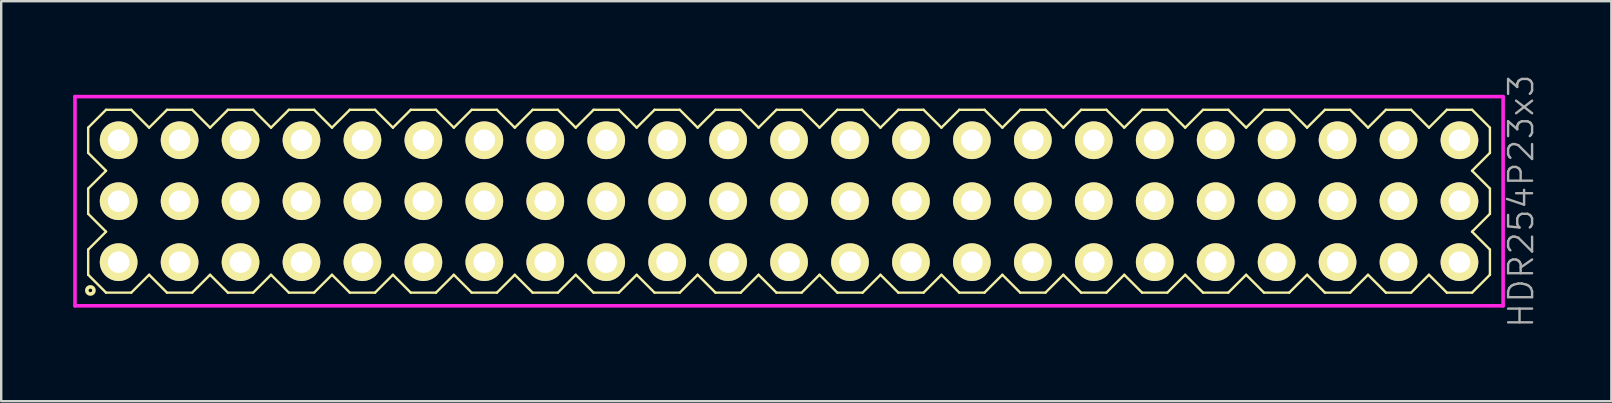
<source format=kicad_pcb>
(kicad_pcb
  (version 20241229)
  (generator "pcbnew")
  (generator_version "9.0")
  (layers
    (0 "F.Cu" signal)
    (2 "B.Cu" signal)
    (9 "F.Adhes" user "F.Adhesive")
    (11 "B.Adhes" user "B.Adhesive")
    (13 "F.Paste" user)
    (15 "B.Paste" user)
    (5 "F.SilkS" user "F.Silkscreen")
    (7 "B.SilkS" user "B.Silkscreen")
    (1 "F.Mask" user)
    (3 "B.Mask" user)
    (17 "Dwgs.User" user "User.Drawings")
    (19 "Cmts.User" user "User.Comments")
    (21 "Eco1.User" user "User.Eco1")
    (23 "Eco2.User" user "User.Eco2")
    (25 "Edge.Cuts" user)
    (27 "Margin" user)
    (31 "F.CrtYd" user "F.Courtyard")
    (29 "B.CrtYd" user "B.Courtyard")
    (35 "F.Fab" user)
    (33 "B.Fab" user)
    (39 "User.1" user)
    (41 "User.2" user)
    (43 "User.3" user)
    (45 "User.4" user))
  (footprint "HDR254P23x3"
    (layer "F.Cu")
    (at 29.835 5.336)
    (property "Reference" "HDR254P23x3" (at 30.51 0 90) (layer "F.Fab") (effects (font (size 1 1) (thickness 0.1))))
    (attr through_hole)
    (fp_line (start -29.21 -3.066) (end -28.466 -3.81) (stroke (width 0.1) (type solid)) (layer "F.SilkS"))
    (fp_line (start -29.21 -2.014) (end -29.21 -3.066) (stroke (width 0.1) (type solid)) (layer "F.SilkS"))
    (fp_line (start -29.21 -0.526) (end -28.466 -1.27) (stroke (width 0.1) (type solid)) (layer "F.SilkS"))
    (fp_line (start -29.21 0.526) (end -29.21 -0.526) (stroke (width 0.1) (type solid)) (layer "F.SilkS"))
    (fp_line (start -29.21 2.014) (end -28.466 1.27) (stroke (width 0.1) (type solid)) (layer "F.SilkS"))
    (fp_line (start -29.21 3.066) (end -29.21 2.014) (stroke (width 0.1) (type solid)) (layer "F.SilkS"))
    (fp_line (start -28.466 -3.81) (end -27.414 -3.81) (stroke (width 0.1) (type solid)) (layer "F.SilkS"))
    (fp_line (start -28.466 -1.27) (end -29.21 -2.014) (stroke (width 0.1) (type solid)) (layer "F.SilkS"))
    (fp_line (start -28.466 1.27) (end -29.21 0.526) (stroke (width 0.1) (type solid)) (layer "F.SilkS"))
    (fp_line (start -28.466 3.81) (end -29.21 3.066) (stroke (width 0.1) (type solid)) (layer "F.SilkS"))
    (fp_line (start -27.414 -3.81) (end -26.67 -3.066) (stroke (width 0.1) (type solid)) (layer "F.SilkS"))
    (fp_line (start -27.414 3.81) (end -28.466 3.81) (stroke (width 0.1) (type solid)) (layer "F.SilkS"))
    (fp_line (start -26.67 -3.066) (end -25.926 -3.81) (stroke (width 0.1) (type solid)) (layer "F.SilkS"))
    (fp_line (start -26.67 3.066) (end -27.414 3.81) (stroke (width 0.1) (type solid)) (layer "F.SilkS"))
    (fp_line (start -25.926 -3.81) (end -24.874 -3.81) (stroke (width 0.1) (type solid)) (layer "F.SilkS"))
    (fp_line (start -25.926 3.81) (end -26.67 3.066) (stroke (width 0.1) (type solid)) (layer "F.SilkS"))
    (fp_line (start -24.874 -3.81) (end -24.13 -3.066) (stroke (width 0.1) (type solid)) (layer "F.SilkS"))
    (fp_line (start -24.874 3.81) (end -25.926 3.81) (stroke (width 0.1) (type solid)) (layer "F.SilkS"))
    (fp_line (start -24.13 -3.066) (end -23.386 -3.81) (stroke (width 0.1) (type solid)) (layer "F.SilkS"))
    (fp_line (start -24.13 3.066) (end -24.874 3.81) (stroke (width 0.1) (type solid)) (layer "F.SilkS"))
    (fp_line (start -23.386 -3.81) (end -22.334 -3.81) (stroke (width 0.1) (type solid)) (layer "F.SilkS"))
    (fp_line (start -23.386 3.81) (end -24.13 3.066) (stroke (width 0.1) (type solid)) (layer "F.SilkS"))
    (fp_line (start -22.334 -3.81) (end -21.59 -3.066) (stroke (width 0.1) (type solid)) (layer "F.SilkS"))
    (fp_line (start -22.334 3.81) (end -23.386 3.81) (stroke (width 0.1) (type solid)) (layer "F.SilkS"))
    (fp_line (start -21.59 -3.066) (end -20.846 -3.81) (stroke (width 0.1) (type solid)) (layer "F.SilkS"))
    (fp_line (start -21.59 3.066) (end -22.334 3.81) (stroke (width 0.1) (type solid)) (layer "F.SilkS"))
    (fp_line (start -20.846 -3.81) (end -19.794 -3.81) (stroke (width 0.1) (type solid)) (layer "F.SilkS"))
    (fp_line (start -20.846 3.81) (end -21.59 3.066) (stroke (width 0.1) (type solid)) (layer "F.SilkS"))
    (fp_line (start -19.794 -3.81) (end -19.05 -3.066) (stroke (width 0.1) (type solid)) (layer "F.SilkS"))
    (fp_line (start -19.794 3.81) (end -20.846 3.81) (stroke (width 0.1) (type solid)) (layer "F.SilkS"))
    (fp_line (start -19.05 -3.066) (end -18.306 -3.81) (stroke (width 0.1) (type solid)) (layer "F.SilkS"))
    (fp_line (start -19.05 3.066) (end -19.794 3.81) (stroke (width 0.1) (type solid)) (layer "F.SilkS"))
    (fp_line (start -18.306 -3.81) (end -17.254 -3.81) (stroke (width 0.1) (type solid)) (layer "F.SilkS"))
    (fp_line (start -18.306 3.81) (end -19.05 3.066) (stroke (width 0.1) (type solid)) (layer "F.SilkS"))
    (fp_line (start -17.254 -3.81) (end -16.51 -3.066) (stroke (width 0.1) (type solid)) (layer "F.SilkS"))
    (fp_line (start -17.254 3.81) (end -18.306 3.81) (stroke (width 0.1) (type solid)) (layer "F.SilkS"))
    (fp_line (start -16.51 -3.066) (end -15.766 -3.81) (stroke (width 0.1) (type solid)) (layer "F.SilkS"))
    (fp_line (start -16.51 3.066) (end -17.254 3.81) (stroke (width 0.1) (type solid)) (layer "F.SilkS"))
    (fp_line (start -15.766 -3.81) (end -14.714 -3.81) (stroke (width 0.1) (type solid)) (layer "F.SilkS"))
    (fp_line (start -15.766 3.81) (end -16.51 3.066) (stroke (width 0.1) (type solid)) (layer "F.SilkS"))
    (fp_line (start -14.714 -3.81) (end -13.97 -3.066) (stroke (width 0.1) (type solid)) (layer "F.SilkS"))
    (fp_line (start -14.714 3.81) (end -15.766 3.81) (stroke (width 0.1) (type solid)) (layer "F.SilkS"))
    (fp_line (start -13.97 -3.066) (end -13.226 -3.81) (stroke (width 0.1) (type solid)) (layer "F.SilkS"))
    (fp_line (start -13.97 3.066) (end -14.714 3.81) (stroke (width 0.1) (type solid)) (layer "F.SilkS"))
    (fp_line (start -13.226 -3.81) (end -12.174 -3.81) (stroke (width 0.1) (type solid)) (layer "F.SilkS"))
    (fp_line (start -13.226 3.81) (end -13.97 3.066) (stroke (width 0.1) (type solid)) (layer "F.SilkS"))
    (fp_line (start -12.174 -3.81) (end -11.43 -3.066) (stroke (width 0.1) (type solid)) (layer "F.SilkS"))
    (fp_line (start -12.174 3.81) (end -13.226 3.81) (stroke (width 0.1) (type solid)) (layer "F.SilkS"))
    (fp_line (start -11.43 -3.066) (end -10.686 -3.81) (stroke (width 0.1) (type solid)) (layer "F.SilkS"))
    (fp_line (start -11.43 3.066) (end -12.174 3.81) (stroke (width 0.1) (type solid)) (layer "F.SilkS"))
    (fp_line (start -10.686 -3.81) (end -9.634 -3.81) (stroke (width 0.1) (type solid)) (layer "F.SilkS"))
    (fp_line (start -10.686 3.81) (end -11.43 3.066) (stroke (width 0.1) (type solid)) (layer "F.SilkS"))
    (fp_line (start -9.634 -3.81) (end -8.89 -3.066) (stroke (width 0.1) (type solid)) (layer "F.SilkS"))
    (fp_line (start -9.634 3.81) (end -10.686 3.81) (stroke (width 0.1) (type solid)) (layer "F.SilkS"))
    (fp_line (start -8.89 -3.066) (end -8.146 -3.81) (stroke (width 0.1) (type solid)) (layer "F.SilkS"))
    (fp_line (start -8.89 3.066) (end -9.634 3.81) (stroke (width 0.1) (type solid)) (layer "F.SilkS"))
    (fp_line (start -8.146 -3.81) (end -7.094 -3.81) (stroke (width 0.1) (type solid)) (layer "F.SilkS"))
    (fp_line (start -8.146 3.81) (end -8.89 3.066) (stroke (width 0.1) (type solid)) (layer "F.SilkS"))
    (fp_line (start -7.094 -3.81) (end -6.35 -3.066) (stroke (width 0.1) (type solid)) (layer "F.SilkS"))
    (fp_line (start -7.094 3.81) (end -8.146 3.81) (stroke (width 0.1) (type solid)) (layer "F.SilkS"))
    (fp_line (start -6.35 -3.066) (end -5.606 -3.81) (stroke (width 0.1) (type solid)) (layer "F.SilkS"))
    (fp_line (start -6.35 3.066) (end -7.094 3.81) (stroke (width 0.1) (type solid)) (layer "F.SilkS"))
    (fp_line (start -5.606 -3.81) (end -4.554 -3.81) (stroke (width 0.1) (type solid)) (layer "F.SilkS"))
    (fp_line (start -5.606 3.81) (end -6.35 3.066) (stroke (width 0.1) (type solid)) (layer "F.SilkS"))
    (fp_line (start -4.554 -3.81) (end -3.81 -3.066) (stroke (width 0.1) (type solid)) (layer "F.SilkS"))
    (fp_line (start -4.554 3.81) (end -5.606 3.81) (stroke (width 0.1) (type solid)) (layer "F.SilkS"))
    (fp_line (start -3.81 -3.066) (end -3.066 -3.81) (stroke (width 0.1) (type solid)) (layer "F.SilkS"))
    (fp_line (start -3.81 3.066) (end -4.554 3.81) (stroke (width 0.1) (type solid)) (layer "F.SilkS"))
    (fp_line (start -3.066 -3.81) (end -2.014 -3.81) (stroke (width 0.1) (type solid)) (layer "F.SilkS"))
    (fp_line (start -3.066 3.81) (end -3.81 3.066) (stroke (width 0.1) (type solid)) (layer "F.SilkS"))
    (fp_line (start -2.014 -3.81) (end -1.27 -3.066) (stroke (width 0.1) (type solid)) (layer "F.SilkS"))
    (fp_line (start -2.014 3.81) (end -3.066 3.81) (stroke (width 0.1) (type solid)) (layer "F.SilkS"))
    (fp_line (start -1.27 -3.066) (end -0.526 -3.81) (stroke (width 0.1) (type solid)) (layer "F.SilkS"))
    (fp_line (start -1.27 3.066) (end -2.014 3.81) (stroke (width 0.1) (type solid)) (layer "F.SilkS"))
    (fp_line (start -0.526 -3.81) (end 0.526 -3.81) (stroke (width 0.1) (type solid)) (layer "F.SilkS"))
    (fp_line (start -0.526 3.81) (end -1.27 3.066) (stroke (width 0.1) (type solid)) (layer "F.SilkS"))
    (fp_line (start 0.526 -3.81) (end 1.27 -3.066) (stroke (width 0.1) (type solid)) (layer "F.SilkS"))
    (fp_line (start 0.526 3.81) (end -0.526 3.81) (stroke (width 0.1) (type solid)) (layer "F.SilkS"))
    (fp_line (start 1.27 -3.066) (end 2.014 -3.81) (stroke (width 0.1) (type solid)) (layer "F.SilkS"))
    (fp_line (start 1.27 3.066) (end 0.526 3.81) (stroke (width 0.1) (type solid)) (layer "F.SilkS"))
    (fp_line (start 2.014 -3.81) (end 3.066 -3.81) (stroke (width 0.1) (type solid)) (layer "F.SilkS"))
    (fp_line (start 2.014 3.81) (end 1.27 3.066) (stroke (width 0.1) (type solid)) (layer "F.SilkS"))
    (fp_line (start 3.066 -3.81) (end 3.81 -3.066) (stroke (width 0.1) (type solid)) (layer "F.SilkS"))
    (fp_line (start 3.066 3.81) (end 2.014 3.81) (stroke (width 0.1) (type solid)) (layer "F.SilkS"))
    (fp_line (start 3.81 -3.066) (end 4.554 -3.81) (stroke (width 0.1) (type solid)) (layer "F.SilkS"))
    (fp_line (start 3.81 3.066) (end 3.066 3.81) (stroke (width 0.1) (type solid)) (layer "F.SilkS"))
    (fp_line (start 4.554 -3.81) (end 5.606 -3.81) (stroke (width 0.1) (type solid)) (layer "F.SilkS"))
    (fp_line (start 4.554 3.81) (end 3.81 3.066) (stroke (width 0.1) (type solid)) (layer "F.SilkS"))
    (fp_line (start 5.606 -3.81) (end 6.35 -3.066) (stroke (width 0.1) (type solid)) (layer "F.SilkS"))
    (fp_line (start 5.606 3.81) (end 4.554 3.81) (stroke (width 0.1) (type solid)) (layer "F.SilkS"))
    (fp_line (start 6.35 -3.066) (end 7.094 -3.81) (stroke (width 0.1) (type solid)) (layer "F.SilkS"))
    (fp_line (start 6.35 3.066) (end 5.606 3.81) (stroke (width 0.1) (type solid)) (layer "F.SilkS"))
    (fp_line (start 7.094 -3.81) (end 8.146 -3.81) (stroke (width 0.1) (type solid)) (layer "F.SilkS"))
    (fp_line (start 7.094 3.81) (end 6.35 3.066) (stroke (width 0.1) (type solid)) (layer "F.SilkS"))
    (fp_line (start 8.146 -3.81) (end 8.89 -3.066) (stroke (width 0.1) (type solid)) (layer "F.SilkS"))
    (fp_line (start 8.146 3.81) (end 7.094 3.81) (stroke (width 0.1) (type solid)) (layer "F.SilkS"))
    (fp_line (start 8.89 -3.066) (end 9.634 -3.81) (stroke (width 0.1) (type solid)) (layer "F.SilkS"))
    (fp_line (start 8.89 3.066) (end 8.146 3.81) (stroke (width 0.1) (type solid)) (layer "F.SilkS"))
    (fp_line (start 9.634 -3.81) (end 10.686 -3.81) (stroke (width 0.1) (type solid)) (layer "F.SilkS"))
    (fp_line (start 9.634 3.81) (end 8.89 3.066) (stroke (width 0.1) (type solid)) (layer "F.SilkS"))
    (fp_line (start 10.686 -3.81) (end 11.43 -3.066) (stroke (width 0.1) (type solid)) (layer "F.SilkS"))
    (fp_line (start 10.686 3.81) (end 9.634 3.81) (stroke (width 0.1) (type solid)) (layer "F.SilkS"))
    (fp_line (start 11.43 -3.066) (end 12.174 -3.81) (stroke (width 0.1) (type solid)) (layer "F.SilkS"))
    (fp_line (start 11.43 3.066) (end 10.686 3.81) (stroke (width 0.1) (type solid)) (layer "F.SilkS"))
    (fp_line (start 12.174 -3.81) (end 13.226 -3.81) (stroke (width 0.1) (type solid)) (layer "F.SilkS"))
    (fp_line (start 12.174 3.81) (end 11.43 3.066) (stroke (width 0.1) (type solid)) (layer "F.SilkS"))
    (fp_line (start 13.226 -3.81) (end 13.97 -3.066) (stroke (width 0.1) (type solid)) (layer "F.SilkS"))
    (fp_line (start 13.226 3.81) (end 12.174 3.81) (stroke (width 0.1) (type solid)) (layer "F.SilkS"))
    (fp_line (start 13.97 -3.066) (end 14.714 -3.81) (stroke (width 0.1) (type solid)) (layer "F.SilkS"))
    (fp_line (start 13.97 3.066) (end 13.226 3.81) (stroke (width 0.1) (type solid)) (layer "F.SilkS"))
    (fp_line (start 14.714 -3.81) (end 15.766 -3.81) (stroke (width 0.1) (type solid)) (layer "F.SilkS"))
    (fp_line (start 14.714 3.81) (end 13.97 3.066) (stroke (width 0.1) (type solid)) (layer "F.SilkS"))
    (fp_line (start 15.766 -3.81) (end 16.51 -3.066) (stroke (width 0.1) (type solid)) (layer "F.SilkS"))
    (fp_line (start 15.766 3.81) (end 14.714 3.81) (stroke (width 0.1) (type solid)) (layer "F.SilkS"))
    (fp_line (start 16.51 -3.066) (end 17.254 -3.81) (stroke (width 0.1) (type solid)) (layer "F.SilkS"))
    (fp_line (start 16.51 3.066) (end 15.766 3.81) (stroke (width 0.1) (type solid)) (layer "F.SilkS"))
    (fp_line (start 17.254 -3.81) (end 18.306 -3.81) (stroke (width 0.1) (type solid)) (layer "F.SilkS"))
    (fp_line (start 17.254 3.81) (end 16.51 3.066) (stroke (width 0.1) (type solid)) (layer "F.SilkS"))
    (fp_line (start 18.306 -3.81) (end 19.05 -3.066) (stroke (width 0.1) (type solid)) (layer "F.SilkS"))
    (fp_line (start 18.306 3.81) (end 17.254 3.81) (stroke (width 0.1) (type solid)) (layer "F.SilkS"))
    (fp_line (start 19.05 -3.066) (end 19.794 -3.81) (stroke (width 0.1) (type solid)) (layer "F.SilkS"))
    (fp_line (start 19.05 3.066) (end 18.306 3.81) (stroke (width 0.1) (type solid)) (layer "F.SilkS"))
    (fp_line (start 19.794 -3.81) (end 20.846 -3.81) (stroke (width 0.1) (type solid)) (layer "F.SilkS"))
    (fp_line (start 19.794 3.81) (end 19.05 3.066) (stroke (width 0.1) (type solid)) (layer "F.SilkS"))
    (fp_line (start 20.846 -3.81) (end 21.59 -3.066) (stroke (width 0.1) (type solid)) (layer "F.SilkS"))
    (fp_line (start 20.846 3.81) (end 19.794 3.81) (stroke (width 0.1) (type solid)) (layer "F.SilkS"))
    (fp_line (start 21.59 -3.066) (end 22.334 -3.81) (stroke (width 0.1) (type solid)) (layer "F.SilkS"))
    (fp_line (start 21.59 3.066) (end 20.846 3.81) (stroke (width 0.1) (type solid)) (layer "F.SilkS"))
    (fp_line (start 22.334 -3.81) (end 23.386 -3.81) (stroke (width 0.1) (type solid)) (layer "F.SilkS"))
    (fp_line (start 22.334 3.81) (end 21.59 3.066) (stroke (width 0.1) (type solid)) (layer "F.SilkS"))
    (fp_line (start 23.386 -3.81) (end 24.13 -3.066) (stroke (width 0.1) (type solid)) (layer "F.SilkS"))
    (fp_line (start 23.386 3.81) (end 22.334 3.81) (stroke (width 0.1) (type solid)) (layer "F.SilkS"))
    (fp_line (start 24.13 -3.066) (end 24.874 -3.81) (stroke (width 0.1) (type solid)) (layer "F.SilkS"))
    (fp_line (start 24.13 3.066) (end 23.386 3.81) (stroke (width 0.1) (type solid)) (layer "F.SilkS"))
    (fp_line (start 24.874 -3.81) (end 25.926 -3.81) (stroke (width 0.1) (type solid)) (layer "F.SilkS"))
    (fp_line (start 24.874 3.81) (end 24.13 3.066) (stroke (width 0.1) (type solid)) (layer "F.SilkS"))
    (fp_line (start 25.926 -3.81) (end 26.67 -3.066) (stroke (width 0.1) (type solid)) (layer "F.SilkS"))
    (fp_line (start 25.926 3.81) (end 24.874 3.81) (stroke (width 0.1) (type solid)) (layer "F.SilkS"))
    (fp_line (start 26.67 -3.066) (end 27.414 -3.81) (stroke (width 0.1) (type solid)) (layer "F.SilkS"))
    (fp_line (start 26.67 3.066) (end 25.926 3.81) (stroke (width 0.1) (type solid)) (layer "F.SilkS"))
    (fp_line (start 27.414 -3.81) (end 28.466 -3.81) (stroke (width 0.1) (type solid)) (layer "F.SilkS"))
    (fp_line (start 27.414 3.81) (end 26.67 3.066) (stroke (width 0.1) (type solid)) (layer "F.SilkS"))
    (fp_line (start 28.466 -3.81) (end 29.21 -3.066) (stroke (width 0.1) (type solid)) (layer "F.SilkS"))
    (fp_line (start 28.466 -1.27) (end 29.21 -0.526) (stroke (width 0.1) (type solid)) (layer "F.SilkS"))
    (fp_line (start 28.466 1.27) (end 29.21 2.014) (stroke (width 0.1) (type solid)) (layer "F.SilkS"))
    (fp_line (start 28.466 3.81) (end 27.414 3.81) (stroke (width 0.1) (type solid)) (layer "F.SilkS"))
    (fp_line (start 29.21 -3.066) (end 29.21 -2.014) (stroke (width 0.1) (type solid)) (layer "F.SilkS"))
    (fp_line (start 29.21 -2.014) (end 28.466 -1.27) (stroke (width 0.1) (type solid)) (layer "F.SilkS"))
    (fp_line (start 29.21 -0.526) (end 29.21 0.526) (stroke (width 0.1) (type solid)) (layer "F.SilkS"))
    (fp_line (start 29.21 0.526) (end 28.466 1.27) (stroke (width 0.1) (type solid)) (layer "F.SilkS"))
    (fp_line (start 29.21 2.014) (end 29.21 3.066) (stroke (width 0.1) (type solid)) (layer "F.SilkS"))
    (fp_line (start 29.21 3.066) (end 28.466 3.81) (stroke (width 0.1) (type solid)) (layer "F.SilkS"))
    (fp_circle (center -29.118 3.718) (end -28.968 3.718) (stroke (width 0.15) (type solid)) (fill no) (layer "F.SilkS"))
    (fp_line (start -29.76 -4.36) (end -29.76 4.36) (stroke (width 0.15) (type solid)) (layer "F.CrtYd"))
    (fp_line (start -29.76 4.36) (end 29.76 4.36) (stroke (width 0.15) (type solid)) (layer "F.CrtYd"))
    (fp_line (start 29.76 -4.36) (end -29.76 -4.36) (stroke (width 0.15) (type solid)) (layer "F.CrtYd"))
    (fp_line (start 29.76 4.36) (end 29.76 -4.36) (stroke (width 0.15) (type solid)) (layer "F.CrtYd"))
    (pad "1" thru_hole oval (at -27.94 2.54) (size 1.57 1.57) (drill 0.9) (layers "*.Cu" "*.Mask" "F.SilkS"))
    (pad "2" thru_hole oval (at -27.94 0) (size 1.57 1.57) (drill 0.9) (layers "*.Cu" "*.Mask" "F.SilkS"))
    (pad "3" thru_hole oval (at -27.94 -2.54) (size 1.57 1.57) (drill 0.9) (layers "*.Cu" "*.Mask" "F.SilkS"))
    (pad "4" thru_hole oval (at -25.4 2.54) (size 1.57 1.57) (drill 0.9) (layers "*.Cu" "*.Mask" "F.SilkS"))
    (pad "5" thru_hole oval (at -25.4 0) (size 1.57 1.57) (drill 0.9) (layers "*.Cu" "*.Mask" "F.SilkS"))
    (pad "6" thru_hole oval (at -25.4 -2.54) (size 1.57 1.57) (drill 0.9) (layers "*.Cu" "*.Mask" "F.SilkS"))
    (pad "7" thru_hole oval (at -22.86 2.54) (size 1.57 1.57) (drill 0.9) (layers "*.Cu" "*.Mask" "F.SilkS"))
    (pad "8" thru_hole oval (at -22.86 0) (size 1.57 1.57) (drill 0.9) (layers "*.Cu" "*.Mask" "F.SilkS"))
    (pad "9" thru_hole oval (at -22.86 -2.54) (size 1.57 1.57) (drill 0.9) (layers "*.Cu" "*.Mask" "F.SilkS"))
    (pad "10" thru_hole oval (at -20.32 2.54) (size 1.57 1.57) (drill 0.9) (layers "*.Cu" "*.Mask" "F.SilkS"))
    (pad "11" thru_hole oval (at -20.32 0) (size 1.57 1.57) (drill 0.9) (layers "*.Cu" "*.Mask" "F.SilkS"))
    (pad "12" thru_hole oval (at -20.32 -2.54) (size 1.57 1.57) (drill 0.9) (layers "*.Cu" "*.Mask" "F.SilkS"))
    (pad "13" thru_hole oval (at -17.78 2.54) (size 1.57 1.57) (drill 0.9) (layers "*.Cu" "*.Mask" "F.SilkS"))
    (pad "14" thru_hole oval (at -17.78 0) (size 1.57 1.57) (drill 0.9) (layers "*.Cu" "*.Mask" "F.SilkS"))
    (pad "15" thru_hole oval (at -17.78 -2.54) (size 1.57 1.57) (drill 0.9) (layers "*.Cu" "*.Mask" "F.SilkS"))
    (pad "16" thru_hole oval (at -15.24 2.54) (size 1.57 1.57) (drill 0.9) (layers "*.Cu" "*.Mask" "F.SilkS"))
    (pad "17" thru_hole oval (at -15.24 0) (size 1.57 1.57) (drill 0.9) (layers "*.Cu" "*.Mask" "F.SilkS"))
    (pad "18" thru_hole oval (at -15.24 -2.54) (size 1.57 1.57) (drill 0.9) (layers "*.Cu" "*.Mask" "F.SilkS"))
    (pad "19" thru_hole oval (at -12.7 2.54) (size 1.57 1.57) (drill 0.9) (layers "*.Cu" "*.Mask" "F.SilkS"))
    (pad "20" thru_hole oval (at -12.7 0) (size 1.57 1.57) (drill 0.9) (layers "*.Cu" "*.Mask" "F.SilkS"))
    (pad "21" thru_hole oval (at -12.7 -2.54) (size 1.57 1.57) (drill 0.9) (layers "*.Cu" "*.Mask" "F.SilkS"))
    (pad "22" thru_hole oval (at -10.16 2.54) (size 1.57 1.57) (drill 0.9) (layers "*.Cu" "*.Mask" "F.SilkS"))
    (pad "23" thru_hole oval (at -10.16 0) (size 1.57 1.57) (drill 0.9) (layers "*.Cu" "*.Mask" "F.SilkS"))
    (pad "24" thru_hole oval (at -10.16 -2.54) (size 1.57 1.57) (drill 0.9) (layers "*.Cu" "*.Mask" "F.SilkS"))
    (pad "25" thru_hole oval (at -7.62 2.54) (size 1.57 1.57) (drill 0.9) (layers "*.Cu" "*.Mask" "F.SilkS"))
    (pad "26" thru_hole oval (at -7.62 0) (size 1.57 1.57) (drill 0.9) (layers "*.Cu" "*.Mask" "F.SilkS"))
    (pad "27" thru_hole oval (at -7.62 -2.54) (size 1.57 1.57) (drill 0.9) (layers "*.Cu" "*.Mask" "F.SilkS"))
    (pad "28" thru_hole oval (at -5.08 2.54) (size 1.57 1.57) (drill 0.9) (layers "*.Cu" "*.Mask" "F.SilkS"))
    (pad "29" thru_hole oval (at -5.08 0) (size 1.57 1.57) (drill 0.9) (layers "*.Cu" "*.Mask" "F.SilkS"))
    (pad "30" thru_hole oval (at -5.08 -2.54) (size 1.57 1.57) (drill 0.9) (layers "*.Cu" "*.Mask" "F.SilkS"))
    (pad "31" thru_hole oval (at -2.54 2.54) (size 1.57 1.57) (drill 0.9) (layers "*.Cu" "*.Mask" "F.SilkS"))
    (pad "32" thru_hole oval (at -2.54 0) (size 1.57 1.57) (drill 0.9) (layers "*.Cu" "*.Mask" "F.SilkS"))
    (pad "33" thru_hole oval (at -2.54 -2.54) (size 1.57 1.57) (drill 0.9) (layers "*.Cu" "*.Mask" "F.SilkS"))
    (pad "34" thru_hole oval (at 0 2.54) (size 1.57 1.57) (drill 0.9) (layers "*.Cu" "*.Mask" "F.SilkS"))
    (pad "35" thru_hole oval (at 0 0) (size 1.57 1.57) (drill 0.9) (layers "*.Cu" "*.Mask" "F.SilkS"))
    (pad "36" thru_hole oval (at 0 -2.54) (size 1.57 1.57) (drill 0.9) (layers "*.Cu" "*.Mask" "F.SilkS"))
    (pad "37" thru_hole oval (at 2.54 2.54) (size 1.57 1.57) (drill 0.9) (layers "*.Cu" "*.Mask" "F.SilkS"))
    (pad "38" thru_hole oval (at 2.54 0) (size 1.57 1.57) (drill 0.9) (layers "*.Cu" "*.Mask" "F.SilkS"))
    (pad "39" thru_hole oval (at 2.54 -2.54) (size 1.57 1.57) (drill 0.9) (layers "*.Cu" "*.Mask" "F.SilkS"))
    (pad "40" thru_hole oval (at 5.08 2.54) (size 1.57 1.57) (drill 0.9) (layers "*.Cu" "*.Mask" "F.SilkS"))
    (pad "41" thru_hole oval (at 5.08 0) (size 1.57 1.57) (drill 0.9) (layers "*.Cu" "*.Mask" "F.SilkS"))
    (pad "42" thru_hole oval (at 5.08 -2.54) (size 1.57 1.57) (drill 0.9) (layers "*.Cu" "*.Mask" "F.SilkS"))
    (pad "43" thru_hole oval (at 7.62 2.54) (size 1.57 1.57) (drill 0.9) (layers "*.Cu" "*.Mask" "F.SilkS"))
    (pad "44" thru_hole oval (at 7.62 0) (size 1.57 1.57) (drill 0.9) (layers "*.Cu" "*.Mask" "F.SilkS"))
    (pad "45" thru_hole oval (at 7.62 -2.54) (size 1.57 1.57) (drill 0.9) (layers "*.Cu" "*.Mask" "F.SilkS"))
    (pad "46" thru_hole oval (at 10.16 2.54) (size 1.57 1.57) (drill 0.9) (layers "*.Cu" "*.Mask" "F.SilkS"))
    (pad "47" thru_hole oval (at 10.16 0) (size 1.57 1.57) (drill 0.9) (layers "*.Cu" "*.Mask" "F.SilkS"))
    (pad "48" thru_hole oval (at 10.16 -2.54) (size 1.57 1.57) (drill 0.9) (layers "*.Cu" "*.Mask" "F.SilkS"))
    (pad "49" thru_hole oval (at 12.7 2.54) (size 1.57 1.57) (drill 0.9) (layers "*.Cu" "*.Mask" "F.SilkS"))
    (pad "50" thru_hole oval (at 12.7 0) (size 1.57 1.57) (drill 0.9) (layers "*.Cu" "*.Mask" "F.SilkS"))
    (pad "51" thru_hole oval (at 12.7 -2.54) (size 1.57 1.57) (drill 0.9) (layers "*.Cu" "*.Mask" "F.SilkS"))
    (pad "52" thru_hole oval (at 15.24 2.54) (size 1.57 1.57) (drill 0.9) (layers "*.Cu" "*.Mask" "F.SilkS"))
    (pad "53" thru_hole oval (at 15.24 0) (size 1.57 1.57) (drill 0.9) (layers "*.Cu" "*.Mask" "F.SilkS"))
    (pad "54" thru_hole oval (at 15.24 -2.54) (size 1.57 1.57) (drill 0.9) (layers "*.Cu" "*.Mask" "F.SilkS"))
    (pad "55" thru_hole oval (at 17.78 2.54) (size 1.57 1.57) (drill 0.9) (layers "*.Cu" "*.Mask" "F.SilkS"))
    (pad "56" thru_hole oval (at 17.78 0) (size 1.57 1.57) (drill 0.9) (layers "*.Cu" "*.Mask" "F.SilkS"))
    (pad "57" thru_hole oval (at 17.78 -2.54) (size 1.57 1.57) (drill 0.9) (layers "*.Cu" "*.Mask" "F.SilkS"))
    (pad "58" thru_hole oval (at 20.32 2.54) (size 1.57 1.57) (drill 0.9) (layers "*.Cu" "*.Mask" "F.SilkS"))
    (pad "59" thru_hole oval (at 20.32 0) (size 1.57 1.57) (drill 0.9) (layers "*.Cu" "*.Mask" "F.SilkS"))
    (pad "60" thru_hole oval (at 20.32 -2.54) (size 1.57 1.57) (drill 0.9) (layers "*.Cu" "*.Mask" "F.SilkS"))
    (pad "61" thru_hole oval (at 22.86 2.54) (size 1.57 1.57) (drill 0.9) (layers "*.Cu" "*.Mask" "F.SilkS"))
    (pad "62" thru_hole oval (at 22.86 0) (size 1.57 1.57) (drill 0.9) (layers "*.Cu" "*.Mask" "F.SilkS"))
    (pad "63" thru_hole oval (at 22.86 -2.54) (size 1.57 1.57) (drill 0.9) (layers "*.Cu" "*.Mask" "F.SilkS"))
    (pad "64" thru_hole oval (at 25.4 2.54) (size 1.57 1.57) (drill 0.9) (layers "*.Cu" "*.Mask" "F.SilkS"))
    (pad "65" thru_hole oval (at 25.4 0) (size 1.57 1.57) (drill 0.9) (layers "*.Cu" "*.Mask" "F.SilkS"))
    (pad "66" thru_hole oval (at 25.4 -2.54) (size 1.57 1.57) (drill 0.9) (layers "*.Cu" "*.Mask" "F.SilkS"))
    (pad "67" thru_hole oval (at 27.94 2.54) (size 1.57 1.57) (drill 0.9) (layers "*.Cu" "*.Mask" "F.SilkS"))
    (pad "68" thru_hole oval (at 27.94 0) (size 1.57 1.57) (drill 0.9) (layers "*.Cu" "*.Mask" "F.SilkS"))
    (pad "69" thru_hole oval (at 27.94 -2.54) (size 1.57 1.57) (drill 0.9) (layers "*.Cu" "*.Mask" "F.SilkS")))
  (gr_rect
    (start -3 -3)
    (end 64.106 13.671)
    (stroke (width 0.1) (type default))
    (fill no)
    (layer "Edge.Cuts")))
</source>
